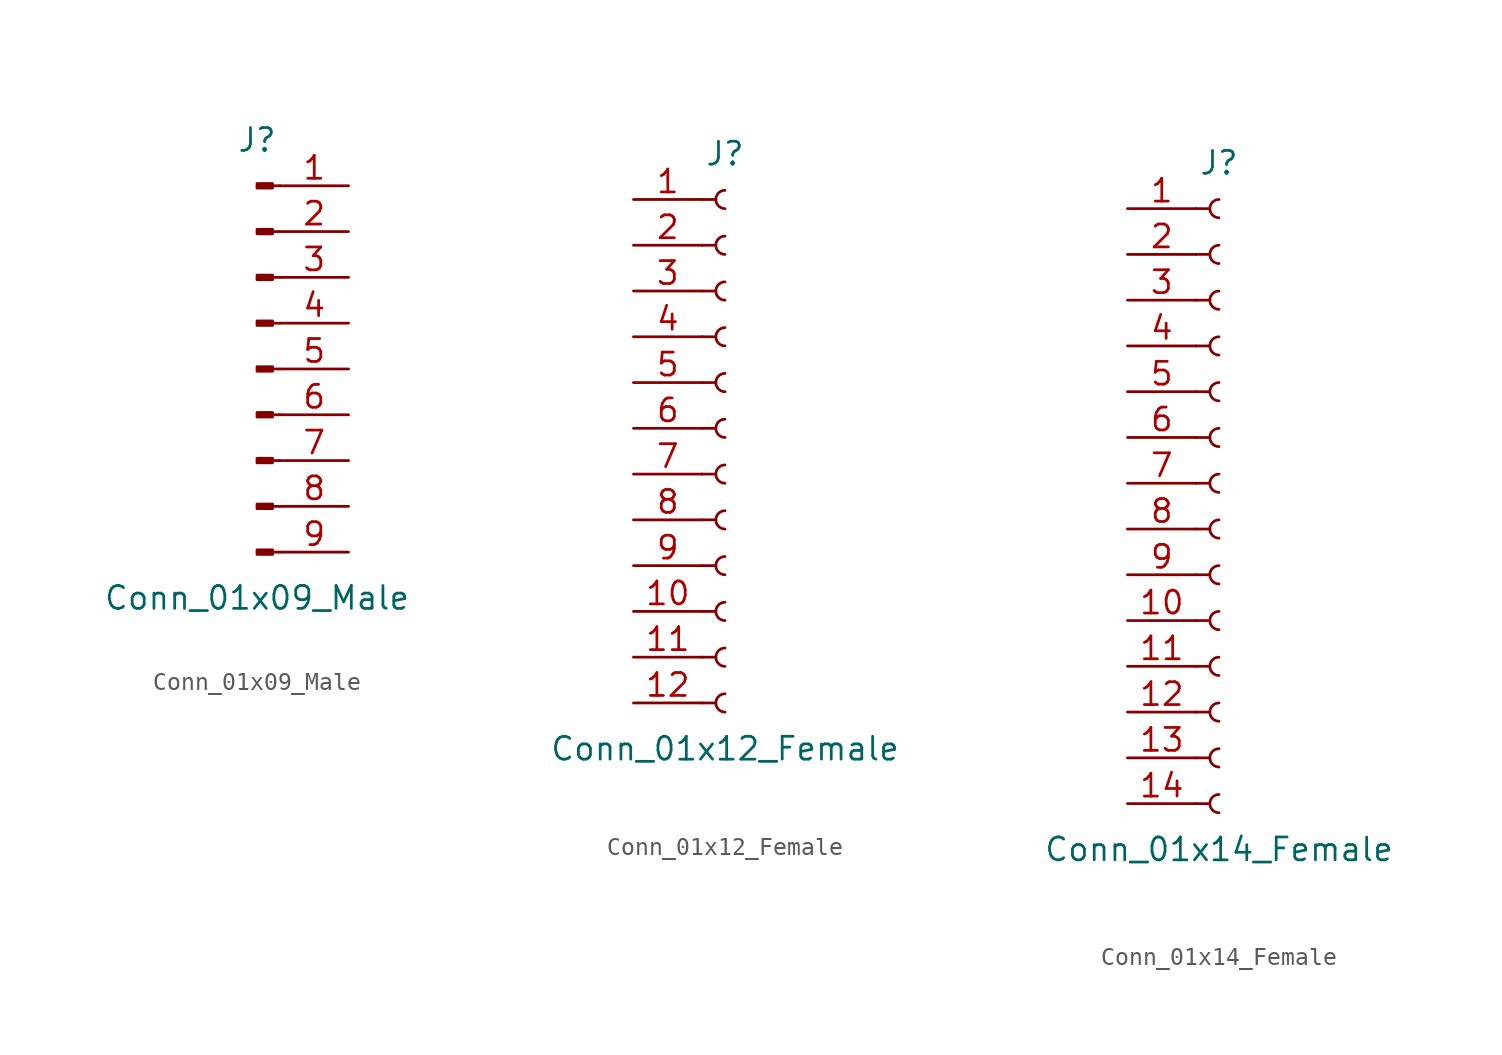
<source format=kicad_sym>
(kicad_symbol_lib
  (version 20211014)
  (generator kicad_symbol_editor)
  (symbol "Conn_01x09_Male"
    (pin_names
      (offset 1.016) hide)
    (property "Reference" "J"
      (at 0 12.7 0)
      (effects (font (size 1.27 1.27))))
    (property "Value" "Conn_01x09_Male"
      (at 0 -12.7 0)
      (effects (font (size 1.27 1.27))))
    (symbol "Conn_01x09_Male_1_1"
      (polyline (pts (xy 1.27 -10.16) (xy 0.864 -10.16)) (stroke (width 0.152) (type default) (color 0 0 0 0)) (fill (type none)))
      (polyline (pts (xy 1.27 -7.62) (xy 0.864 -7.62)) (stroke (width 0.152) (type default) (color 0 0 0 0)) (fill (type none)))
      (polyline (pts (xy 1.27 -5.08) (xy 0.864 -5.08)) (stroke (width 0.152) (type default) (color 0 0 0 0)) (fill (type none)))
      (polyline (pts (xy 1.27 -2.54) (xy 0.864 -2.54)) (stroke (width 0.152) (type default) (color 0 0 0 0)) (fill (type none)))
      (polyline (pts (xy 1.27 0) (xy 0.864 0)) (stroke (width 0.152) (type default) (color 0 0 0 0)) (fill (type none)))
      (polyline (pts (xy 1.27 2.54) (xy 0.864 2.54)) (stroke (width 0.152) (type default) (color 0 0 0 0)) (fill (type none)))
      (polyline (pts (xy 1.27 5.08) (xy 0.864 5.08)) (stroke (width 0.152) (type default) (color 0 0 0 0)) (fill (type none)))
      (polyline (pts (xy 1.27 7.62) (xy 0.864 7.62)) (stroke (width 0.152) (type default) (color 0 0 0 0)) (fill (type none)))
      (polyline (pts (xy 1.27 10.16) (xy 0.864 10.16)) (stroke (width 0.152) (type default) (color 0 0 0 0)) (fill (type none)))
      (rectangle (start 0.864 -10.033) (end 0 -10.287) (stroke (width 0.152) (type default) (color 0 0 0 0)) (fill (type outline)))
      (rectangle (start 0.864 -7.493) (end 0 -7.747) (stroke (width 0.152) (type default) (color 0 0 0 0)) (fill (type outline)))
      (rectangle (start 0.864 -4.953) (end 0 -5.207) (stroke (width 0.152) (type default) (color 0 0 0 0)) (fill (type outline)))
      (rectangle (start 0.864 -2.413) (end 0 -2.667) (stroke (width 0.152) (type default) (color 0 0 0 0)) (fill (type outline)))
      (rectangle (start 0.864 0.127) (end 0 -0.127) (stroke (width 0.152) (type default) (color 0 0 0 0)) (fill (type outline)))
      (rectangle (start 0.864 2.667) (end 0 2.413) (stroke (width 0.152) (type default) (color 0 0 0 0)) (fill (type outline)))
      (rectangle (start 0.864 5.207) (end 0 4.953) (stroke (width 0.152) (type default) (color 0 0 0 0)) (fill (type outline)))
      (rectangle (start 0.864 7.747) (end 0 7.493) (stroke (width 0.152) (type default) (color 0 0 0 0)) (fill (type outline)))
      (rectangle (start 0.864 10.287) (end 0 10.033) (stroke (width 0.152) (type default) (color 0 0 0 0)) (fill (type outline)))
      (pin passive line (at 5.08 10.16 180) (length 3.81) (name "Pin_1" (effects (font (size 1.27 1.27)))) (number "1" (effects (font (size 1.27 1.27)))))
      (pin passive line (at 5.08 7.62 180) (length 3.81) (name "Pin_2" (effects (font (size 1.27 1.27)))) (number "2" (effects (font (size 1.27 1.27)))))
      (pin passive line (at 5.08 5.08 180) (length 3.81) (name "Pin_3" (effects (font (size 1.27 1.27)))) (number "3" (effects (font (size 1.27 1.27)))))
      (pin passive line (at 5.08 2.54 180) (length 3.81) (name "Pin_4" (effects (font (size 1.27 1.27)))) (number "4" (effects (font (size 1.27 1.27)))))
      (pin passive line (at 5.08 0 180) (length 3.81) (name "Pin_5" (effects (font (size 1.27 1.27)))) (number "5" (effects (font (size 1.27 1.27)))))
      (pin passive line (at 5.08 -2.54 180) (length 3.81) (name "Pin_6" (effects (font (size 1.27 1.27)))) (number "6" (effects (font (size 1.27 1.27)))))
      (pin passive line (at 5.08 -5.08 180) (length 3.81) (name "Pin_7" (effects (font (size 1.27 1.27)))) (number "7" (effects (font (size 1.27 1.27)))))
      (pin passive line (at 5.08 -7.62 180) (length 3.81) (name "Pin_8" (effects (font (size 1.27 1.27)))) (number "8" (effects (font (size 1.27 1.27)))))
      (pin passive line (at 5.08 -10.16 180) (length 3.81) (name "Pin_9" (effects (font (size 1.27 1.27)))) (number "9" (effects (font (size 1.27 1.27)))))))
  (symbol "Conn_01x12_Female"
    (pin_names
      (offset 1.016) hide)
    (property "Reference" "J"
      (at 0 15.24 0)
      (effects (font (size 1.27 1.27))))
    (property "Value" "Conn_01x12_Female"
      (at 0 -17.78 0)
      (effects (font (size 1.27 1.27))))
    (symbol "Conn_01x12_Female_1_1"
      (arc (start 0 -14.732) (mid -0.508 -15.24) (end 0 -15.748) (stroke (width 0.1524) (type default) (color 0 0 0 0)) (fill (type none)))
      (arc (start 0 -12.192) (mid -0.508 -12.7) (end 0 -13.208) (stroke (width 0.1524) (type default) (color 0 0 0 0)) (fill (type none)))
      (arc (start 0 -9.652) (mid -0.508 -10.16) (end 0 -10.668) (stroke (width 0.1524) (type default) (color 0 0 0 0)) (fill (type none)))
      (arc (start 0 -7.112) (mid -0.508 -7.62) (end 0 -8.128) (stroke (width 0.1524) (type default) (color 0 0 0 0)) (fill (type none)))
      (arc (start 0 -4.572) (mid -0.508 -5.08) (end 0 -5.588) (stroke (width 0.1524) (type default) (color 0 0 0 0)) (fill (type none)))
      (arc (start 0 -2.032) (mid -0.508 -2.54) (end 0 -3.048) (stroke (width 0.1524) (type default) (color 0 0 0 0)) (fill (type none)))
      (polyline (pts (xy -1.27 -15.24) (xy -0.508 -15.24)) (stroke (width 0.152) (type default) (color 0 0 0 0)) (fill (type none)))
      (polyline (pts (xy -1.27 -12.7) (xy -0.508 -12.7)) (stroke (width 0.152) (type default) (color 0 0 0 0)) (fill (type none)))
      (polyline (pts (xy -1.27 -10.16) (xy -0.508 -10.16)) (stroke (width 0.152) (type default) (color 0 0 0 0)) (fill (type none)))
      (polyline (pts (xy -1.27 -7.62) (xy -0.508 -7.62)) (stroke (width 0.152) (type default) (color 0 0 0 0)) (fill (type none)))
      (polyline (pts (xy -1.27 -5.08) (xy -0.508 -5.08)) (stroke (width 0.152) (type default) (color 0 0 0 0)) (fill (type none)))
      (polyline (pts (xy -1.27 -2.54) (xy -0.508 -2.54)) (stroke (width 0.152) (type default) (color 0 0 0 0)) (fill (type none)))
      (polyline (pts (xy -1.27 0) (xy -0.508 0)) (stroke (width 0.152) (type default) (color 0 0 0 0)) (fill (type none)))
      (polyline (pts (xy -1.27 2.54) (xy -0.508 2.54)) (stroke (width 0.152) (type default) (color 0 0 0 0)) (fill (type none)))
      (polyline (pts (xy -1.27 5.08) (xy -0.508 5.08)) (stroke (width 0.152) (type default) (color 0 0 0 0)) (fill (type none)))
      (polyline (pts (xy -1.27 7.62) (xy -0.508 7.62)) (stroke (width 0.152) (type default) (color 0 0 0 0)) (fill (type none)))
      (polyline (pts (xy -1.27 10.16) (xy -0.508 10.16)) (stroke (width 0.152) (type default) (color 0 0 0 0)) (fill (type none)))
      (polyline (pts (xy -1.27 12.7) (xy -0.508 12.7)) (stroke (width 0.152) (type default) (color 0 0 0 0)) (fill (type none)))
      (arc (start 0 0.508) (mid -0.508 0) (end 0 -0.508) (stroke (width 0.1524) (type default) (color 0 0 0 0)) (fill (type none)))
      (arc (start 0 3.048) (mid -0.508 2.54) (end 0 2.032) (stroke (width 0.1524) (type default) (color 0 0 0 0)) (fill (type none)))
      (arc (start 0 5.588) (mid -0.508 5.08) (end 0 4.572) (stroke (width 0.1524) (type default) (color 0 0 0 0)) (fill (type none)))
      (arc (start 0 8.128) (mid -0.508 7.62) (end 0 7.112) (stroke (width 0.1524) (type default) (color 0 0 0 0)) (fill (type none)))
      (arc (start 0 10.668) (mid -0.508 10.16) (end 0 9.652) (stroke (width 0.1524) (type default) (color 0 0 0 0)) (fill (type none)))
      (arc (start 0 13.208) (mid -0.508 12.7) (end 0 12.192) (stroke (width 0.1524) (type default) (color 0 0 0 0)) (fill (type none)))
      (pin passive line (at -5.08 12.7 0) (length 3.81) (name "Pin_1" (effects (font (size 1.27 1.27)))) (number "1" (effects (font (size 1.27 1.27)))))
      (pin passive line (at -5.08 -10.16 0) (length 3.81) (name "Pin_10" (effects (font (size 1.27 1.27)))) (number "10" (effects (font (size 1.27 1.27)))))
      (pin passive line (at -5.08 -12.7 0) (length 3.81) (name "Pin_11" (effects (font (size 1.27 1.27)))) (number "11" (effects (font (size 1.27 1.27)))))
      (pin passive line (at -5.08 -15.24 0) (length 3.81) (name "Pin_12" (effects (font (size 1.27 1.27)))) (number "12" (effects (font (size 1.27 1.27)))))
      (pin passive line (at -5.08 10.16 0) (length 3.81) (name "Pin_2" (effects (font (size 1.27 1.27)))) (number "2" (effects (font (size 1.27 1.27)))))
      (pin passive line (at -5.08 7.62 0) (length 3.81) (name "Pin_3" (effects (font (size 1.27 1.27)))) (number "3" (effects (font (size 1.27 1.27)))))
      (pin passive line (at -5.08 5.08 0) (length 3.81) (name "Pin_4" (effects (font (size 1.27 1.27)))) (number "4" (effects (font (size 1.27 1.27)))))
      (pin passive line (at -5.08 2.54 0) (length 3.81) (name "Pin_5" (effects (font (size 1.27 1.27)))) (number "5" (effects (font (size 1.27 1.27)))))
      (pin passive line (at -5.08 0 0) (length 3.81) (name "Pin_6" (effects (font (size 1.27 1.27)))) (number "6" (effects (font (size 1.27 1.27)))))
      (pin passive line (at -5.08 -2.54 0) (length 3.81) (name "Pin_7" (effects (font (size 1.27 1.27)))) (number "7" (effects (font (size 1.27 1.27)))))
      (pin passive line (at -5.08 -5.08 0) (length 3.81) (name "Pin_8" (effects (font (size 1.27 1.27)))) (number "8" (effects (font (size 1.27 1.27)))))
      (pin passive line (at -5.08 -7.62 0) (length 3.81) (name "Pin_9" (effects (font (size 1.27 1.27)))) (number "9" (effects (font (size 1.27 1.27)))))))
  (symbol "Conn_01x14_Female"
    (pin_names
      (offset 1.016) hide)
    (property "Reference" "J"
      (at 0 17.78 0)
      (effects (font (size 1.27 1.27))))
    (property "Value" "Conn_01x14_Female"
      (at 0 -20.32 0)
      (effects (font (size 1.27 1.27))))
    (symbol "Conn_01x14_Female_1_1"
      (arc (start 0 -17.272) (mid -0.508 -17.78) (end 0 -18.288) (stroke (width 0.1524) (type default) (color 0 0 0 0)) (fill (type none)))
      (arc (start 0 -14.732) (mid -0.508 -15.24) (end 0 -15.748) (stroke (width 0.1524) (type default) (color 0 0 0 0)) (fill (type none)))
      (arc (start 0 -12.192) (mid -0.508 -12.7) (end 0 -13.208) (stroke (width 0.1524) (type default) (color 0 0 0 0)) (fill (type none)))
      (arc (start 0 -9.652) (mid -0.508 -10.16) (end 0 -10.668) (stroke (width 0.1524) (type default) (color 0 0 0 0)) (fill (type none)))
      (arc (start 0 -7.112) (mid -0.508 -7.62) (end 0 -8.128) (stroke (width 0.1524) (type default) (color 0 0 0 0)) (fill (type none)))
      (arc (start 0 -4.572) (mid -0.508 -5.08) (end 0 -5.588) (stroke (width 0.1524) (type default) (color 0 0 0 0)) (fill (type none)))
      (arc (start 0 -2.032) (mid -0.508 -2.54) (end 0 -3.048) (stroke (width 0.1524) (type default) (color 0 0 0 0)) (fill (type none)))
      (polyline (pts (xy -1.27 -17.78) (xy -0.508 -17.78)) (stroke (width 0.152) (type default) (color 0 0 0 0)) (fill (type none)))
      (polyline (pts (xy -1.27 -15.24) (xy -0.508 -15.24)) (stroke (width 0.152) (type default) (color 0 0 0 0)) (fill (type none)))
      (polyline (pts (xy -1.27 -12.7) (xy -0.508 -12.7)) (stroke (width 0.152) (type default) (color 0 0 0 0)) (fill (type none)))
      (polyline (pts (xy -1.27 -10.16) (xy -0.508 -10.16)) (stroke (width 0.152) (type default) (color 0 0 0 0)) (fill (type none)))
      (polyline (pts (xy -1.27 -7.62) (xy -0.508 -7.62)) (stroke (width 0.152) (type default) (color 0 0 0 0)) (fill (type none)))
      (polyline (pts (xy -1.27 -5.08) (xy -0.508 -5.08)) (stroke (width 0.152) (type default) (color 0 0 0 0)) (fill (type none)))
      (polyline (pts (xy -1.27 -2.54) (xy -0.508 -2.54)) (stroke (width 0.152) (type default) (color 0 0 0 0)) (fill (type none)))
      (polyline (pts (xy -1.27 0) (xy -0.508 0)) (stroke (width 0.152) (type default) (color 0 0 0 0)) (fill (type none)))
      (polyline (pts (xy -1.27 2.54) (xy -0.508 2.54)) (stroke (width 0.152) (type default) (color 0 0 0 0)) (fill (type none)))
      (polyline (pts (xy -1.27 5.08) (xy -0.508 5.08)) (stroke (width 0.152) (type default) (color 0 0 0 0)) (fill (type none)))
      (polyline (pts (xy -1.27 7.62) (xy -0.508 7.62)) (stroke (width 0.152) (type default) (color 0 0 0 0)) (fill (type none)))
      (polyline (pts (xy -1.27 10.16) (xy -0.508 10.16)) (stroke (width 0.152) (type default) (color 0 0 0 0)) (fill (type none)))
      (polyline (pts (xy -1.27 12.7) (xy -0.508 12.7)) (stroke (width 0.152) (type default) (color 0 0 0 0)) (fill (type none)))
      (polyline (pts (xy -1.27 15.24) (xy -0.508 15.24)) (stroke (width 0.152) (type default) (color 0 0 0 0)) (fill (type none)))
      (arc (start 0 0.508) (mid -0.508 0) (end 0 -0.508) (stroke (width 0.1524) (type default) (color 0 0 0 0)) (fill (type none)))
      (arc (start 0 3.048) (mid -0.508 2.54) (end 0 2.032) (stroke (width 0.1524) (type default) (color 0 0 0 0)) (fill (type none)))
      (arc (start 0 5.588) (mid -0.508 5.08) (end 0 4.572) (stroke (width 0.1524) (type default) (color 0 0 0 0)) (fill (type none)))
      (arc (start 0 8.128) (mid -0.508 7.62) (end 0 7.112) (stroke (width 0.1524) (type default) (color 0 0 0 0)) (fill (type none)))
      (arc (start 0 10.668) (mid -0.508 10.16) (end 0 9.652) (stroke (width 0.1524) (type default) (color 0 0 0 0)) (fill (type none)))
      (arc (start 0 13.208) (mid -0.508 12.7) (end 0 12.192) (stroke (width 0.1524) (type default) (color 0 0 0 0)) (fill (type none)))
      (arc (start 0 15.748) (mid -0.508 15.24) (end 0 14.732) (stroke (width 0.1524) (type default) (color 0 0 0 0)) (fill (type none)))
      (pin passive line (at -5.08 15.24 0) (length 3.81) (name "Pin_1" (effects (font (size 1.27 1.27)))) (number "1" (effects (font (size 1.27 1.27)))))
      (pin passive line (at -5.08 -7.62 0) (length 3.81) (name "Pin_10" (effects (font (size 1.27 1.27)))) (number "10" (effects (font (size 1.27 1.27)))))
      (pin passive line (at -5.08 -10.16 0) (length 3.81) (name "Pin_11" (effects (font (size 1.27 1.27)))) (number "11" (effects (font (size 1.27 1.27)))))
      (pin passive line (at -5.08 -12.7 0) (length 3.81) (name "Pin_12" (effects (font (size 1.27 1.27)))) (number "12" (effects (font (size 1.27 1.27)))))
      (pin passive line (at -5.08 -15.24 0) (length 3.81) (name "Pin_13" (effects (font (size 1.27 1.27)))) (number "13" (effects (font (size 1.27 1.27)))))
      (pin passive line (at -5.08 -17.78 0) (length 3.81) (name "Pin_14" (effects (font (size 1.27 1.27)))) (number "14" (effects (font (size 1.27 1.27)))))
      (pin passive line (at -5.08 12.7 0) (length 3.81) (name "Pin_2" (effects (font (size 1.27 1.27)))) (number "2" (effects (font (size 1.27 1.27)))))
      (pin passive line (at -5.08 10.16 0) (length 3.81) (name "Pin_3" (effects (font (size 1.27 1.27)))) (number "3" (effects (font (size 1.27 1.27)))))
      (pin passive line (at -5.08 7.62 0) (length 3.81) (name "Pin_4" (effects (font (size 1.27 1.27)))) (number "4" (effects (font (size 1.27 1.27)))))
      (pin passive line (at -5.08 5.08 0) (length 3.81) (name "Pin_5" (effects (font (size 1.27 1.27)))) (number "5" (effects (font (size 1.27 1.27)))))
      (pin passive line (at -5.08 2.54 0) (length 3.81) (name "Pin_6" (effects (font (size 1.27 1.27)))) (number "6" (effects (font (size 1.27 1.27)))))
      (pin passive line (at -5.08 0 0) (length 3.81) (name "Pin_7" (effects (font (size 1.27 1.27)))) (number "7" (effects (font (size 1.27 1.27)))))
      (pin passive line (at -5.08 -2.54 0) (length 3.81) (name "Pin_8" (effects (font (size 1.27 1.27)))) (number "8" (effects (font (size 1.27 1.27)))))
      (pin passive line (at -5.08 -5.08 0) (length 3.81) (name "Pin_9" (effects (font (size 1.27 1.27)))) (number "9" (effects (font (size 1.27 1.27))))))))
</source>
